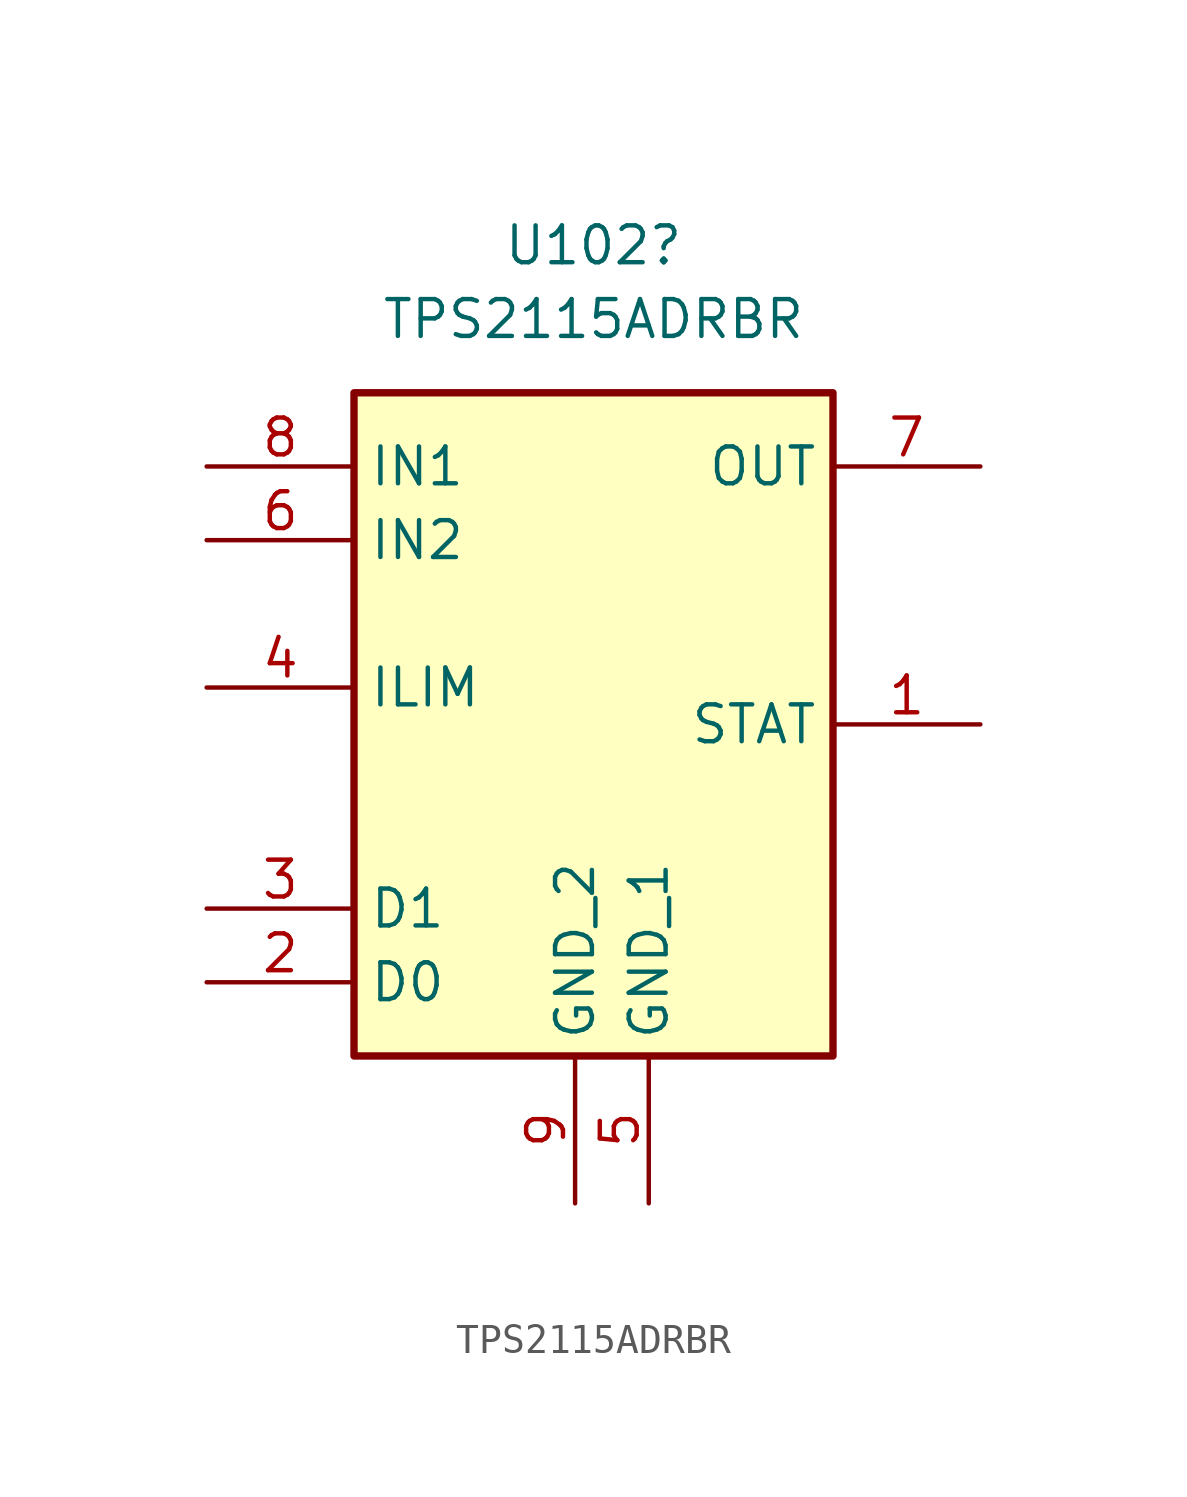
<source format=kicad_sym>
(kicad_symbol_lib
  (version 20241209)
  (generator "kicad_symbol_editor")
  (generator_version "9.0")
  (symbol "TPS2115ADRBR"
    (property "Reference" "U102"
      (at 13.335 7.62 0)
      (effects (font (size 1.27 1.27))))
    (property "Value" "TPS2115ADRBR"
      (at 13.335 5.08 0)
      (effects (font (size 1.27 1.27))))
    (symbol "TPS2115ADRBR_1_1"
      (rectangle (start 5.08 2.54) (end 21.59 -20.32) (stroke (width 0.254) (type default)) (fill (type background)))
      (pin passive line (at 0 0 0) (length 5.08) (name "IN1" (effects (font (size 1.27 1.27)))) (number "8" (effects (font (size 1.27 1.27)))))
      (pin passive line (at 0 -2.54 0) (length 5.08) (name "IN2" (effects (font (size 1.27 1.27)))) (number "6" (effects (font (size 1.27 1.27)))))
      (pin passive line (at 0 -7.62 0) (length 5.08) (name "ILIM" (effects (font (size 1.27 1.27)))) (number "4" (effects (font (size 1.27 1.27)))))
      (pin passive line (at 0 -15.24 0) (length 5.08) (name "D1" (effects (font (size 1.27 1.27)))) (number "3" (effects (font (size 1.27 1.27)))))
      (pin passive line (at 0 -17.78 0) (length 5.08) (name "D0" (effects (font (size 1.27 1.27)))) (number "2" (effects (font (size 1.27 1.27)))))
      (pin passive line (at 12.7 -25.4 90) (length 5.08) (name "GND_2" (effects (font (size 1.27 1.27)))) (number "9" (effects (font (size 1.27 1.27)))))
      (pin passive line (at 15.24 -25.4 90) (length 5.08) (name "GND_1" (effects (font (size 1.27 1.27)))) (number "5" (effects (font (size 1.27 1.27)))))
      (pin passive line (at 26.67 0 180) (length 5.08) (name "OUT" (effects (font (size 1.27 1.27)))) (number "7" (effects (font (size 1.27 1.27)))))
      (pin passive line (at 26.67 -8.89 180) (length 5.08) (name "STAT" (effects (font (size 1.27 1.27)))) (number "1" (effects (font (size 1.27 1.27))))))))
</source>
